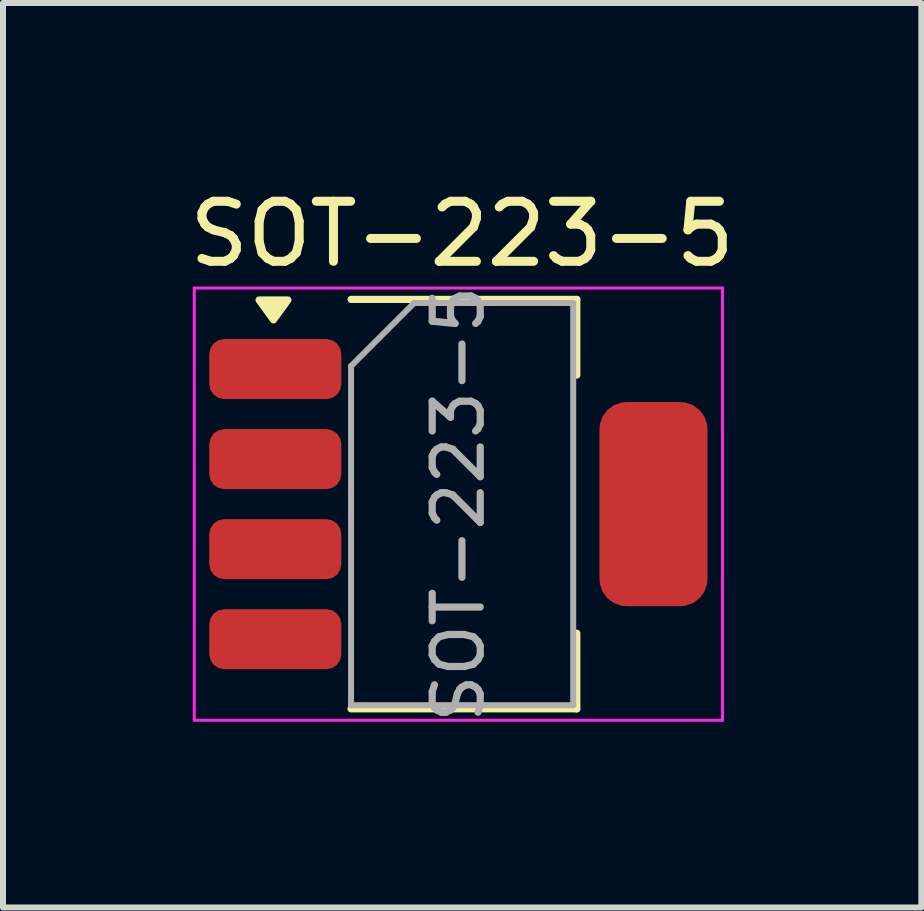
<source format=kicad_pcb>
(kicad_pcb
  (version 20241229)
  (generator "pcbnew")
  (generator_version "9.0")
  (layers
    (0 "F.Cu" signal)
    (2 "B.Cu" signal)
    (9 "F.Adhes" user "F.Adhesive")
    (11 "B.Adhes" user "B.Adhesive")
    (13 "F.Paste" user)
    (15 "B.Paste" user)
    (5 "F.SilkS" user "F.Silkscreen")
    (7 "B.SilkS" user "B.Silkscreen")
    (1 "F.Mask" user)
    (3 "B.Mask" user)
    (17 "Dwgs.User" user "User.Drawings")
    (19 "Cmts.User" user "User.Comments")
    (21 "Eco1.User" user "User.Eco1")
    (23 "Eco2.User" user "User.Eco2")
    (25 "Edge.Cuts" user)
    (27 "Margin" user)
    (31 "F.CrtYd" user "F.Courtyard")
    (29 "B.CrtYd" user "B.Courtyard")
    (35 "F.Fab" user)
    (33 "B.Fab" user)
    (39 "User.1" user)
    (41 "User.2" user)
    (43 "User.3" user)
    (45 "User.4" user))
  (footprint "SOT-223-5"
    (layer "F.Cu")
    (at 4.586 5.348)
    (property "Reference" "SOT-223-5" (at 0.062 -4.5 0) (layer "F.SilkS") (effects (font (size 1 1) (thickness 0.15))))
    (attr smd)
    (fp_line (start -1.788 -3.41) (end 1.972 -3.41) (stroke (width 0.12) (type solid)) (layer "F.SilkS"))
    (fp_line (start -1.788 3.41) (end 1.972 3.41) (stroke (width 0.12) (type solid)) (layer "F.SilkS"))
    (fp_line (start 1.972 -3.41) (end 1.972 -2.15) (stroke (width 0.12) (type solid)) (layer "F.SilkS"))
    (fp_line (start 1.972 3.41) (end 1.972 2.15) (stroke (width 0.12) (type solid)) (layer "F.SilkS"))
    (fp_poly (pts (xy -3.08 -3.07) (xy -3.32 -3.4) (xy -2.84 -3.4) (xy -3.08 -3.07)) (stroke (width 0.12) (type solid)) (fill yes) (layer "F.SilkS"))
    (fp_line (start -4.4 -3.6) (end -4.4 3.6) (stroke (width 0.05) (type solid)) (layer "F.CrtYd"))
    (fp_line (start -4.4 -3.6) (end 4.4 -3.6) (stroke (width 0.05) (type solid)) (layer "F.CrtYd"))
    (fp_line (start 4.4 3.6) (end -4.4 3.6) (stroke (width 0.05) (type solid)) (layer "F.CrtYd"))
    (fp_line (start 4.4 3.6) (end 4.4 -3.6) (stroke (width 0.05) (type solid)) (layer "F.CrtYd"))
    (fp_line (start -1.788 -2.3) (end -1.788 3.35) (stroke (width 0.1) (type solid)) (layer "F.Fab"))
    (fp_line (start -1.788 -2.3) (end -0.738 -3.35) (stroke (width 0.1) (type solid)) (layer "F.Fab"))
    (fp_line (start -1.788 3.35) (end 1.913 3.35) (stroke (width 0.1) (type solid)) (layer "F.Fab"))
    (fp_line (start -0.738 -3.35) (end 1.913 -3.35) (stroke (width 0.1) (type solid)) (layer "F.Fab"))
    (fp_line (start 1.913 -3.35) (end 1.913 3.35) (stroke (width 0.1) (type solid)) (layer "F.Fab"))
    (fp_text user "${REFERENCE}" (at 0 0 90) (layer "F.Fab") (effects (font (size 0.8 0.8) (thickness 0.12))))
    (pad "1" smd roundrect (at -3.05 -2.25) (size 2.2 1) (layers "F.Cu" "F.Mask" "F.Paste") (roundrect_rratio 0.25))
    (pad "2" smd roundrect (at -3.05 -0.75) (size 2.2 1) (layers "F.Cu" "F.Mask" "F.Paste") (roundrect_rratio 0.25))
    (pad "3" smd roundrect (at -3.05 0.75) (size 2.2 1) (layers "F.Cu" "F.Mask" "F.Paste") (roundrect_rratio 0.25))
    (pad "4" smd roundrect (at -3.05 2.25) (size 2.2 1) (layers "F.Cu" "F.Mask" "F.Paste") (roundrect_rratio 0.25))
    (pad "5" smd roundrect (at 3.25 0) (size 1.8 3.4) (layers "F.Cu" "F.Mask" "F.Paste") (roundrect_rratio 0.25)))
  (gr_rect
    (start -3 -3)
    (end 12.298 12.067)
    (stroke (width 0.1) (type default))
    (fill no)
    (layer "Edge.Cuts")))
</source>
